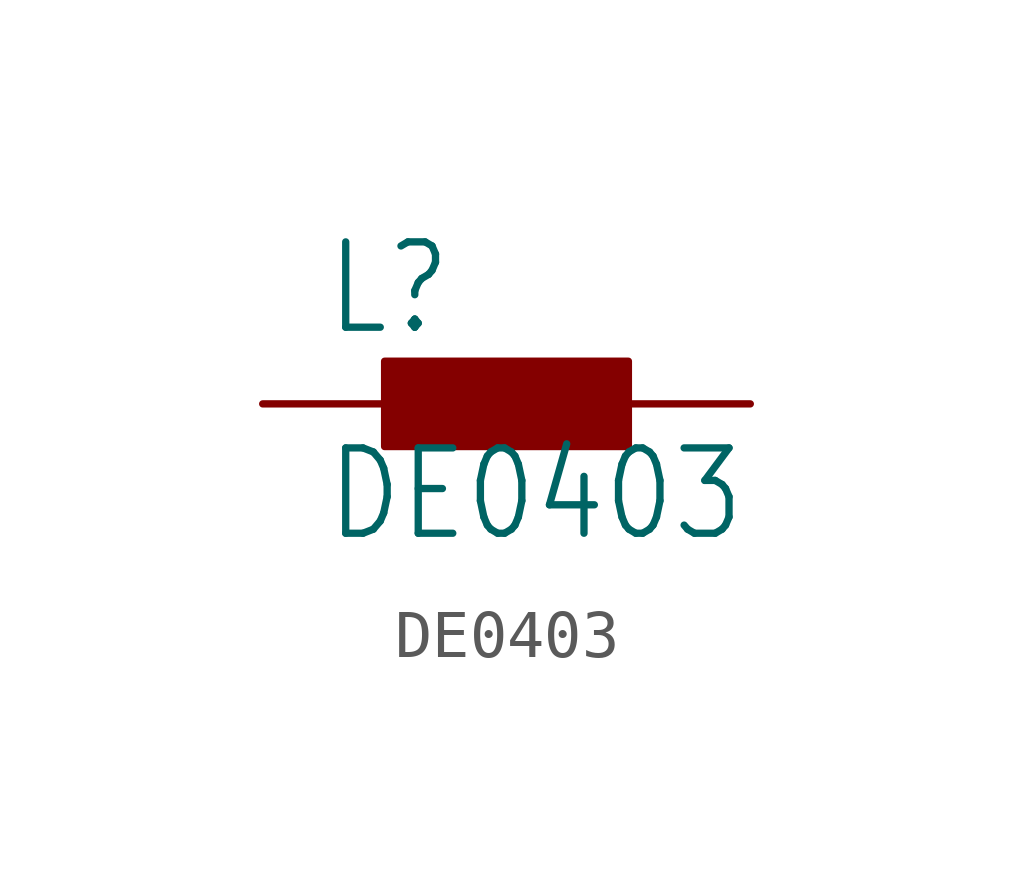
<source format=kicad_sym>
(kicad_symbol_lib
  (version 20211014)
  (generator kicad_symbol_editor)
  (symbol "DE0403"
    (property "Reference" "L"
      (at -3.81 1.372 0)
      (effects (font (size 1.778 1.511)) (justify left bottom)))
    (property "Value" "DE0403"
      (at -3.81 -2.921 0)
      (effects (font (size 1.778 1.511)) (justify left bottom)))
    (property "ki_locked" ""
      (at 0 0 0)
      (effects (font (size 1.27 1.27))))
    (symbol "DE0403_1_0"
      (rectangle (start -2.54 -0.889) (end 2.54 0.889) (stroke (width 0) (type default) (color 0 0 0 0)) (fill (type outline)))
      (pin passive line (at -5.08 0 0) (length 2.54) (name "1" (effects (font (size 0 0)))) (number "1" (effects (font (size 0 0)))))
      (pin passive line (at 5.08 0 180) (length 2.54) (name "2" (effects (font (size 0 0)))) (number "2" (effects (font (size 0 0))))))))
</source>
